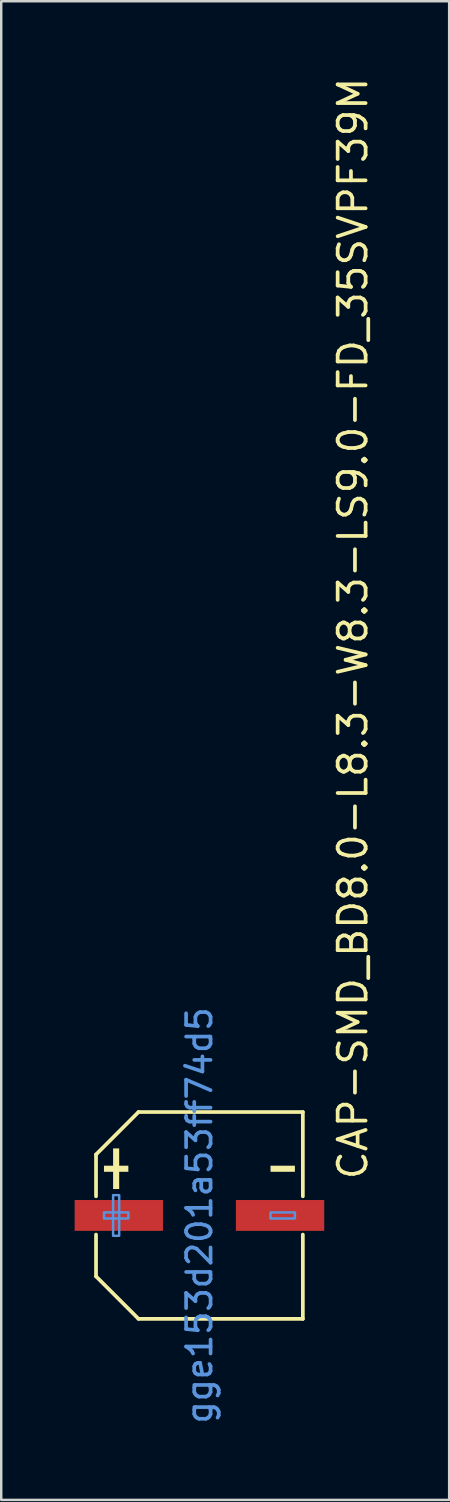
<source format=kicad_pcb>
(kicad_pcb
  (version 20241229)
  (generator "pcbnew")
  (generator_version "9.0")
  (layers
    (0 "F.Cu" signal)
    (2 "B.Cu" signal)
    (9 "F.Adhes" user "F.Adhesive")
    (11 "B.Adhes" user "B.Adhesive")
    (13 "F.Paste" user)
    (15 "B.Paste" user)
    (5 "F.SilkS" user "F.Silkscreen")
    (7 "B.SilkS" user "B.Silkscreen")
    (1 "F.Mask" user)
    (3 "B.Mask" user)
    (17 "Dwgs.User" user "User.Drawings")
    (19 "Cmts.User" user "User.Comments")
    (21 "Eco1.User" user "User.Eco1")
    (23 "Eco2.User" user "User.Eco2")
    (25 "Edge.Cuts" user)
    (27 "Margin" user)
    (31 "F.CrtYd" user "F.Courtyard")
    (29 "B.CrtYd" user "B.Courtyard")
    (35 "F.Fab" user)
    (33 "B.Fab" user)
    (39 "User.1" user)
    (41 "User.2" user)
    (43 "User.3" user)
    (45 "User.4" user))
  (footprint "CAP-SMD_BD8.0-L8.3-W8.3-LS9.0-FD_35SVPF39M"
    (layer "F.Cu")
    (at 5.1 46.62)
    (property "Reference" "CAP-SMD_BD8.0-L8.3-W8.3-LS9.0-FD_35SVPF39M" (at 6.27 -1.38 90) (layer "F.SilkS") (effects (font (size 1.143 1.143) (thickness 0.152)) (justify left)))
    (attr smd)
    (fp_line (start -4.226 -2.49) (end -4.226 -0.782) (stroke (width 0.152) (type solid)) (layer "F.SilkS"))
    (fp_line (start -4.226 2.49) (end -4.226 0.782) (stroke (width 0.152) (type solid)) (layer "F.SilkS"))
    (fp_line (start -2.49 -4.226) (end -4.226 -2.49) (stroke (width 0.152) (type solid)) (layer "F.SilkS"))
    (fp_line (start -2.49 4.226) (end -4.226 2.49) (stroke (width 0.152) (type solid)) (layer "F.SilkS"))
    (fp_line (start 4.226 -4.226) (end -2.49 -4.226) (stroke (width 0.152) (type solid)) (layer "F.SilkS"))
    (fp_line (start 4.226 -0.782) (end 4.226 -4.226) (stroke (width 0.152) (type solid)) (layer "F.SilkS"))
    (fp_line (start 4.226 0.782) (end 4.226 4.226) (stroke (width 0.152) (type solid)) (layer "F.SilkS"))
    (fp_line (start 4.226 4.226) (end -2.49 4.226) (stroke (width 0.152) (type solid)) (layer "F.SilkS"))
    (fp_poly (pts (xy -3.901 -1.784) (xy -3.901 -2.033) (xy -2.905 -2.033) (xy -2.905 -1.784)) (stroke (width 0) (type solid)) (fill yes) (layer "F.SilkS"))
    (fp_poly (pts (xy -3.528 -1.079) (xy -3.528 -2.739) (xy -3.279 -2.739) (xy -3.279 -1.079)) (stroke (width 0) (type solid)) (fill yes) (layer "F.SilkS"))
    (fp_poly (pts (xy 3.901 -1.784) (xy 3.901 -2.033) (xy 2.905 -2.033) (xy 2.905 -1.784)) (stroke (width 0) (type solid)) (fill yes) (layer "F.SilkS"))
    (fp_poly (pts (xy -3.901 0.125) (xy -3.901 -0.124) (xy -2.905 -0.124) (xy -2.905 0.125)) (stroke (width 0.1) (type solid)) (fill no) (layer "Cmts.User"))
    (fp_poly (pts (xy -3.528 0.83) (xy -3.528 -0.83) (xy -3.279 -0.83) (xy -3.279 0.83)) (stroke (width 0.1) (type solid)) (fill no) (layer "Cmts.User"))
    (fp_poly (pts (xy 3.901 0.125) (xy 3.901 -0.124) (xy 2.905 -0.124) (xy 2.905 0.125)) (stroke (width 0.1) (type solid)) (fill no) (layer "Cmts.User"))
    (fp_text user "gge153d201a53ff74d5" (at 0 0 90) (layer "Cmts.User") (effects (font (size 1 1) (thickness 0.15))))
    (pad "1" smd rect (at -3.295 0 180) (size 3.61 1.26) (layers "F.Cu" "F.Mask" "F.Paste"))
    (pad "2" smd rect (at 3.295 0 180) (size 3.61 1.26) (layers "F.Cu" "F.Mask" "F.Paste")))
  (gr_rect
    (start -3 -3)
    (end 15.305 58.245)
    (stroke (width 0.1) (type default))
    (fill no)
    (layer "Edge.Cuts")))
</source>
